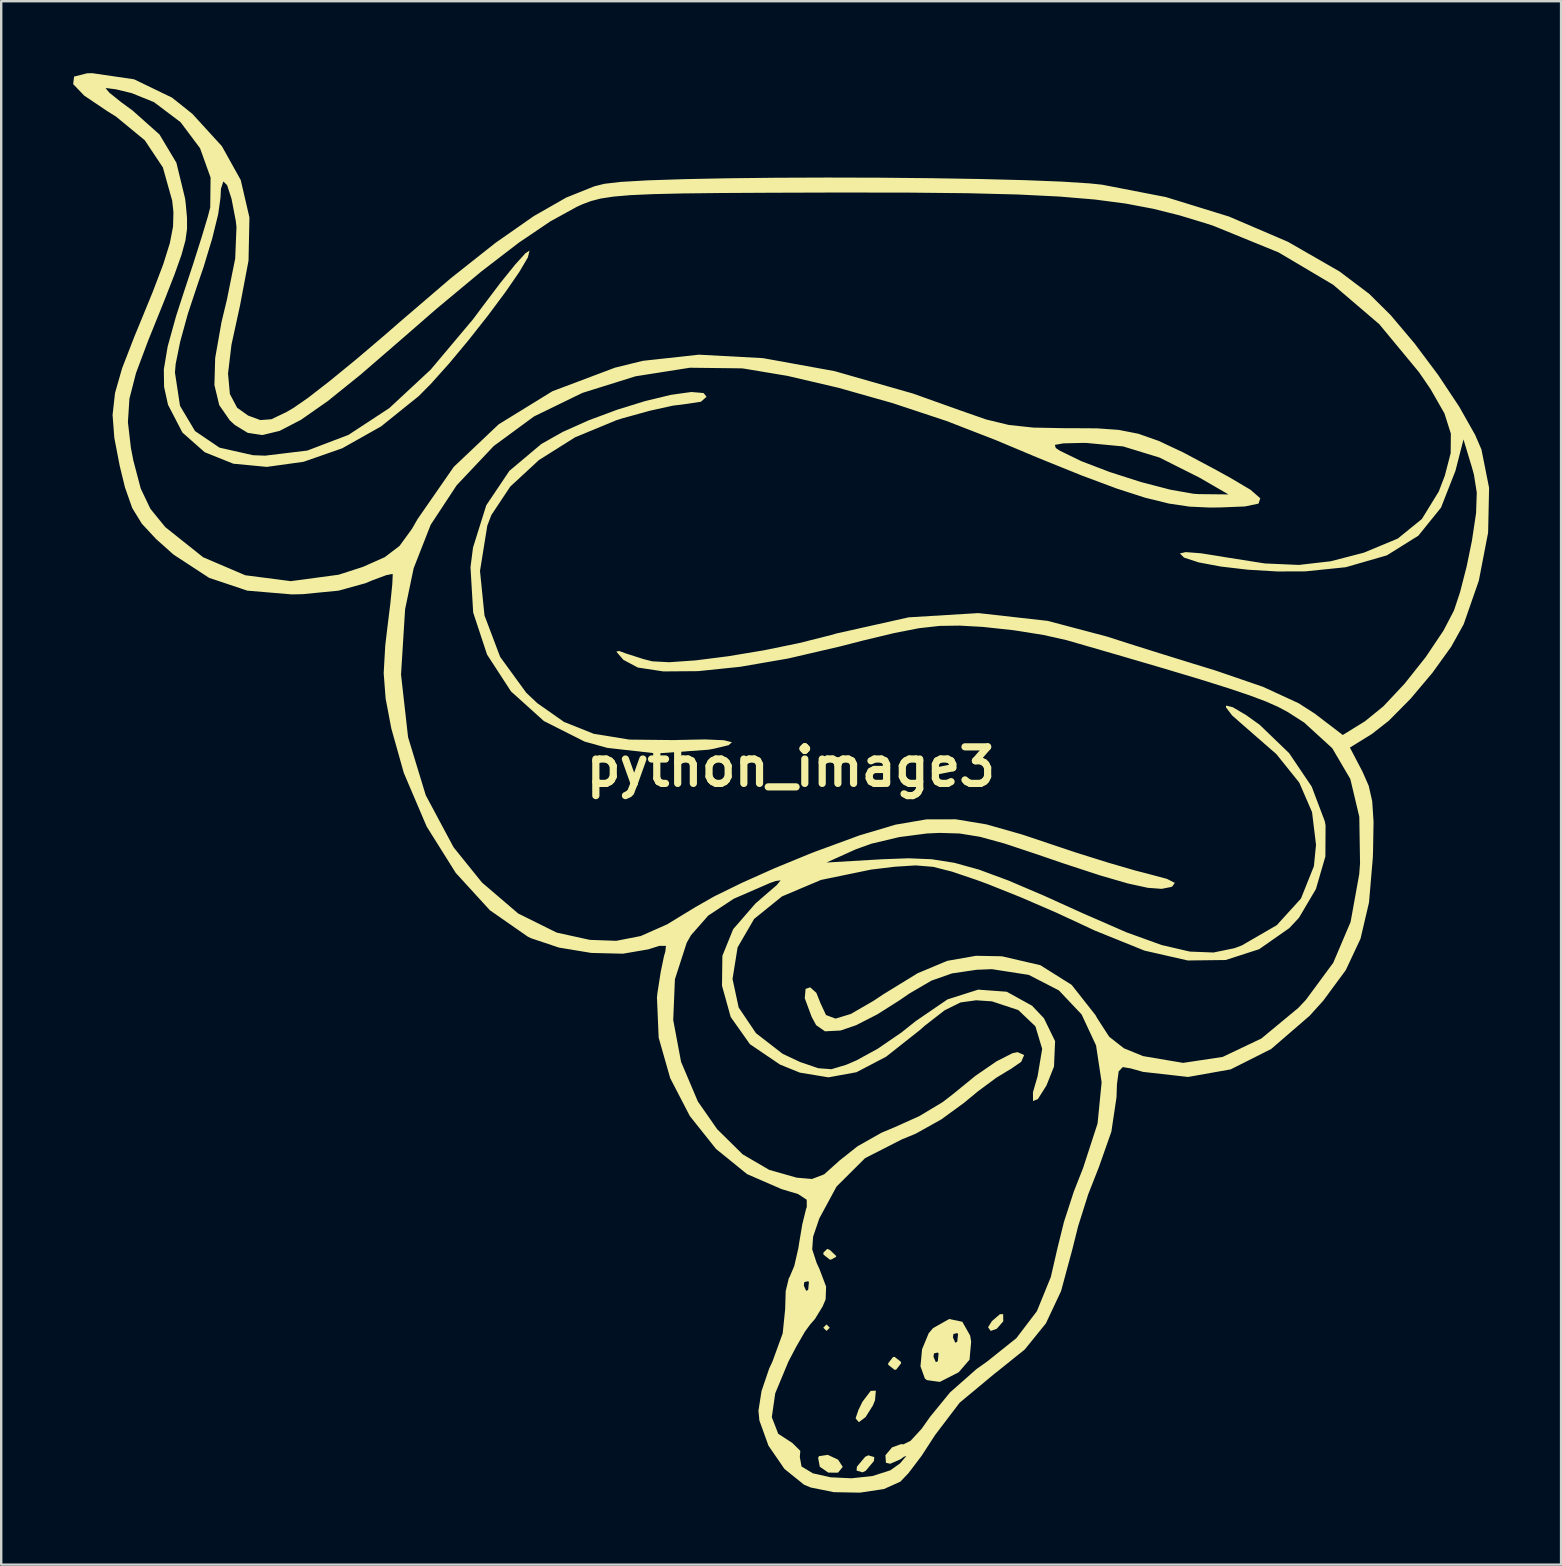
<source format=kicad_pcb>
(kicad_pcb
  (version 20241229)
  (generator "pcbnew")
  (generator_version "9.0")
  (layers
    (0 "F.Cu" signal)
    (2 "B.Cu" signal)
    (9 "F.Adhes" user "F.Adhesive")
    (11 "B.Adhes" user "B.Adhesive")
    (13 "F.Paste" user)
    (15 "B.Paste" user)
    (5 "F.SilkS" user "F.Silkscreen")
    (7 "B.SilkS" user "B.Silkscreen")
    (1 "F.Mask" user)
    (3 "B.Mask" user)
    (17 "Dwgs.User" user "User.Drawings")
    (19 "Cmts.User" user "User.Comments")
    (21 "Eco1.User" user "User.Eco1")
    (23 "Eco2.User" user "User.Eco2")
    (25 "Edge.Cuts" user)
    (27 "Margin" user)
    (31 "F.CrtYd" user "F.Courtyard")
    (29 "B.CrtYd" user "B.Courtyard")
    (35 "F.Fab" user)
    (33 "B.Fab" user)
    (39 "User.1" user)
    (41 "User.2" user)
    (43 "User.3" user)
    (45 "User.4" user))
  (footprint "python_image3"
    (layer "F.Cu")
    (at 29.911 28.911)
    (property "Reference" "python_image3" (at 0 0 0) (layer "F.SilkS") (effects (font (size 1.524 1.524) (thickness 0.3))))
    (attr board_only exclude_from_pos_files exclude_from_bom)
    (fp_poly (pts (xy 1.621 23.373) (xy 1.486 23.509) (xy 1.351 23.373) (xy 1.486 23.238)) (stroke (width 0) (type solid)) (fill yes) (layer "F.SilkS"))
    (fp_poly (pts (xy 8.853 23.108) (xy 8.581 23.42) (xy 8.328 23.509) (xy 8.219 23.354) (xy 8.382 23.097) (xy 8.712 22.813) (xy 8.847 22.808)) (stroke (width 0) (type solid)) (fill yes) (layer "F.SilkS"))
    (fp_poly (pts (xy 1.621 20.131) (xy 1.879 20.374) (xy 1.891 20.417) (xy 1.682 20.533) (xy 1.621 20.536) (xy 1.361 20.328) (xy 1.351 20.25) (xy 1.517 20.089)) (stroke (width 0) (type solid)) (fill yes) (layer "F.SilkS"))
    (fp_poly (pts (xy 3.477 28.767) (xy 3.462 28.93) (xy 3.12 29.339) (xy 2.989 29.403) (xy 2.738 29.329) (xy 2.753 29.166) (xy 3.095 28.757) (xy 3.226 28.693)) (stroke (width 0) (type solid)) (fill yes) (layer "F.SilkS"))
    (fp_poly (pts (xy 4.586 24.795) (xy 4.594 24.86) (xy 4.388 25.122) (xy 4.323 25.13) (xy 4.061 24.924) (xy 4.053 24.86) (xy 4.259 24.597) (xy 4.323 24.589)) (stroke (width 0) (type solid)) (fill yes) (layer "F.SilkS"))
    (fp_poly (pts (xy 1.968 28.874) (xy 2.162 29.174) (xy 1.966 29.416) (xy 1.559 29.414) (xy 1.208 29.171) (xy 1.205 29.165) (xy 1.136 28.797) (xy 1.177 28.726) (xy 1.538 28.673)) (stroke (width 0) (type solid)) (fill yes) (layer "F.SilkS"))
    (fp_poly (pts (xy 3.507 26.4) (xy 3.42 26.614) (xy 3.115 27.099) (xy 2.835 27.312) (xy 2.703 27.16) (xy 2.702 27.139) (xy 2.816 26.804) (xy 2.982 26.463) (xy 3.328 26.007) (xy 3.542 25.999)) (stroke (width 0) (type solid)) (fill yes) (layer "F.SilkS"))
    (fp_poly (pts (xy 7.146 23.127) (xy 7.473 23.705) (xy 7.514 23.958) (xy 7.447 24.707) (xy 7 25.225) (xy 6.981 25.239) (xy 6.208 25.633) (xy 5.667 25.559) (xy 5.584 25.49) (xy 5.402 24.983) (xy 5.439 24.589) (xy 5.945 24.589) (xy 6.044 24.812) (xy 6.125 24.77) (xy 6.157 24.449) (xy 6.125 24.409) (xy 5.964 24.446) (xy 5.945 24.589) (xy 5.439 24.589) (xy 5.468 24.272) (xy 5.673 23.779) (xy 6.755 23.779) (xy 6.854 24.001) (xy 6.935 23.959) (xy 6.968 23.638) (xy 6.935 23.599) (xy 6.775 23.636) (xy 6.755 23.779) (xy 5.673 23.779) (xy 5.743 23.608) (xy 5.925 23.392) (xy 6.598 23.012)) (stroke (width 0) (type solid)) (fill yes) (layer "F.SilkS"))
    (fp_poly (pts (xy -3.637 -15.579) (xy -3.513 -15.426) (xy -3.747 -15.218) (xy -4.309 -15.132) (xy -4.94 -15.051) (xy -5.899 -14.837) (xy -7.004 -14.531) (xy -7.268 -14.449) (xy -8.992 -13.736) (xy -10.5 -12.787) (xy -11.695 -11.681) (xy -12.483 -10.495) (xy -12.652 -10.051) (xy -12.956 -8.164) (xy -12.768 -6.308) (xy -12.115 -4.582) (xy -11.027 -3.088) (xy -10.564 -2.651) (xy -9.451 -1.871) (xy -8.212 -1.377) (xy -6.722 -1.136) (xy -4.855 -1.116) (xy -4.752 -1.12) (xy -3.568 -1.144) (xy -2.793 -1.11) (xy -2.458 -1.027) (xy -2.593 -0.904) (xy -3.23 -0.751) (xy -3.445 -0.714) (xy -5.596 -0.559) (xy -7.653 -0.792) (xy -8.597 -1.054) (xy -10.293 -1.909) (xy -11.664 -3.145) (xy -12.662 -4.68) (xy -13.24 -6.432) (xy -13.352 -8.32) (xy -13.247 -9.139) (xy -12.695 -10.902) (xy -11.73 -12.338) (xy -10.4 -13.457) (xy -9.509 -13.96) (xy -8.421 -14.446) (xy -7.24 -14.885) (xy -6.068 -15.247) (xy -5.008 -15.503) (xy -4.164 -15.623)) (stroke (width 0) (type solid)) (fill yes) (layer "F.SilkS"))
    (fp_poly (pts (xy -27.373 -28.656) (xy -25.79 -27.891) (xy -24.944 -27.216) (xy -23.713 -25.868) (xy -22.928 -24.458) (xy -22.565 -22.897) (xy -22.603 -21.099) (xy -22.958 -19.227) (xy -23.314 -17.595) (xy -23.457 -16.39) (xy -23.38 -15.539) (xy -23.079 -14.969) (xy -22.62 -14.641) (xy -22.11 -14.453) (xy -21.65 -14.488) (xy -21.032 -14.783) (xy -20.729 -14.96) (xy -20.127 -15.377) (xy -19.227 -16.075) (xy -18.13 -16.972) (xy -16.937 -17.986) (xy -16.348 -18.5) (xy -14.176 -20.362) (xy -12.313 -21.837) (xy -10.721 -22.95) (xy -9.362 -23.727) (xy -8.197 -24.194) (xy -7.777 -24.3) (xy -7.095 -24.38) (xy -5.955 -24.445) (xy -4.44 -24.495) (xy -2.632 -24.531) (xy -0.614 -24.553) (xy 1.532 -24.561) (xy 3.722 -24.555) (xy 5.875 -24.534) (xy 7.908 -24.5) (xy 9.738 -24.453) (xy 11.283 -24.392) (xy 12.46 -24.317) (xy 12.97 -24.264) (xy 15.633 -23.747) (xy 18.26 -22.936) (xy 20.716 -21.884) (xy 22.867 -20.647) (xy 24.107 -19.712) (xy 25.001 -18.824) (xy 25.993 -17.649) (xy 26.98 -16.33) (xy 27.856 -15.011) (xy 28.519 -13.836) (xy 28.783 -13.225) (xy 29.101 -11.628) (xy 29.06 -9.764) (xy 28.673 -7.759) (xy 28.042 -5.945) (xy 27.524 -5.011) (xy 26.74 -3.922) (xy 25.827 -2.838) (xy 24.919 -1.921) (xy 24.221 -1.374) (xy 23.3 -0.804) (xy 23.828 0.206) (xy 24.084 0.791) (xy 24.23 1.435) (xy 24.285 2.287) (xy 24.265 3.498) (xy 24.255 3.783) (xy 24.096 5.653) (xy 23.742 7.162) (xy 23.127 8.473) (xy 22.186 9.749) (xy 21.619 10.376) (xy 20.019 11.758) (xy 18.333 12.607) (xy 16.556 12.924) (xy 14.681 12.713) (xy 14.165 12.568) (xy 13.834 12.512) (xy 13.662 12.693) (xy 13.591 13.227) (xy 13.572 13.772) (xy 13.358 15.205) (xy 12.833 16.696) (xy 12.39 17.823) (xy 11.971 19.151) (xy 11.731 20.112) (xy 11.261 21.85) (xy 10.63 23.193) (xy 9.748 24.283) (xy 8.53 25.26) (xy 8.51 25.273) (xy 7.034 26.501) (xy 6.012 27.846) (xy 5.452 28.71) (xy 4.901 29.437) (xy 4.564 29.791) (xy 3.873 30.1) (xy 2.877 30.249) (xy 1.791 30.229) (xy 0.828 30.034) (xy 0.549 29.918) (xy -0.266 29.261) (xy -0.933 28.292) (xy -1.312 27.24) (xy -1.351 26.835) (xy -1.223 26.018) (xy -0.904 25.076) (xy -0.766 24.781) (xy -0.34 23.609) (xy -0.238 22.605) (xy -0.215 21.851) (xy -0.159 21.617) (xy 0.54 21.617) (xy 0.639 21.839) (xy 0.721 21.797) (xy 0.753 21.476) (xy 0.721 21.437) (xy 0.56 21.474) (xy 0.54 21.617) (xy -0.159 21.617) (xy -0.086 21.314) (xy -0.049 21.254) (xy 0.143 20.799) (xy 0.312 20.061) (xy 0.342 19.861) (xy 0.479 19.053) (xy 0.633 18.428) (xy 0.664 18.343) (xy 0.661 18.041) (xy 0.3 17.804) (xy -0.395 17.595) (xy -1.825 16.973) (xy -3.119 15.924) (xy -4.21 14.554) (xy -5.029 12.973) (xy -5.509 11.288) (xy -5.581 9.607) (xy -5.557 9.397) (xy -5.424 8.545) (xy -5.286 7.881) (xy -5.232 7.702) (xy -5.206 7.46) (xy -5.482 7.46) (xy -5.943 7.606) (xy -6.999 7.787) (xy -8.316 7.755) (xy -9.669 7.531) (xy -10.833 7.141) (xy -10.963 7.077) (xy -12.544 5.976) (xy -13.966 4.42) (xy -15.178 2.488) (xy -16.131 0.254) (xy -16.652 -1.6) (xy -16.889 -2.846) (xy -16.97 -3.905) (xy -16.905 -5.058) (xy -16.817 -5.8) (xy -16.692 -6.814) (xy -16.613 -7.594) (xy -16.593 -8.009) (xy -16.6 -8.042) (xy -16.865 -7.989) (xy -17.449 -7.772) (xy -17.725 -7.655) (xy -18.851 -7.344) (xy -20.356 -7.197) (xy -20.806 -7.188) (xy -22.656 -7.345) (xy -24.246 -7.878) (xy -25.728 -8.847) (xy -26.451 -9.491) (xy -27.048 -10.132) (xy -27.45 -10.787) (xy -27.752 -11.646) (xy -27.971 -12.542) (xy -28.196 -13.708) (xy -28.269 -14.665) (xy -28.168 -15.58) (xy -27.871 -16.616) (xy -27.358 -17.94) (xy -27.239 -18.226) (xy -26.599 -19.786) (xy -26.155 -20.954) (xy -25.881 -21.832) (xy -25.749 -22.519) (xy -25.733 -23.116) (xy -25.784 -23.596) (xy -26.173 -24.983) (xy -26.927 -26.115) (xy -28.124 -27.1) (xy -28.487 -27.327) (xy -29.447 -27.972) (xy -29.742 -28.279) (xy -28.556 -28.279) (xy -28.4 -28.095) (xy -27.915 -27.705) (xy -27.438 -27.357) (xy -26.314 -26.356) (xy -25.609 -25.178) (xy -25.246 -23.683) (xy -25.214 -23.411) (xy -25.167 -22.881) (xy -25.165 -22.423) (xy -25.232 -21.941) (xy -25.396 -21.343) (xy -25.683 -20.534) (xy -26.118 -19.42) (xy -26.729 -17.906) (xy -26.786 -17.766) (xy -27.293 -16.412) (xy -27.567 -15.343) (xy -27.63 -14.368) (xy -27.506 -13.298) (xy -27.404 -12.771) (xy -27.096 -11.601) (xy -26.692 -10.753) (xy -26.084 -10.007) (xy -26.063 -9.985) (xy -24.496 -8.737) (xy -22.74 -7.986) (xy -20.842 -7.74) (xy -18.847 -8.008) (xy -17.834 -8.335) (xy -16.921 -8.742) (xy -16.309 -9.209) (xy -15.792 -9.919) (xy -15.555 -10.331) (xy -14.05 -12.502) (xy -12.177 -14.277) (xy -9.938 -15.655) (xy -7.332 -16.637) (xy -6.174 -16.922) (xy -3.835 -17.179) (xy -1.162 -17.035) (xy 1.819 -16.494) (xy 5.086 -15.56) (xy 7.026 -14.868) (xy 8.134 -14.48) (xy 9.088 -14.249) (xy 10.109 -14.14) (xy 11.42 -14.115) (xy 11.619 -14.116) (xy 12.755 -14.109) (xy 13.667 -14.044) (xy 14.484 -13.883) (xy 15.331 -13.585) (xy 16.338 -13.112) (xy 17.631 -12.424) (xy 18.298 -12.057) (xy 19.16 -11.547) (xy 19.564 -11.194) (xy 19.492 -10.972) (xy 18.925 -10.853) (xy 17.843 -10.81) (xy 17.426 -10.809) (xy 16.612 -10.846) (xy 15.75 -10.975) (xy 14.763 -11.218) (xy 13.577 -11.601) (xy 12.114 -12.147) (xy 10.3 -12.88) (xy 9.014 -13.42) (xy 11.004 -13.42) (xy 11.04 -13.29) (xy 11.214 -13.175) (xy 12.108 -12.74) (xy 13.294 -12.287) (xy 14.591 -11.871) (xy 15.818 -11.551) (xy 16.793 -11.381) (xy 17.023 -11.367) (xy 18.239 -11.355) (xy 17.023 -12.058) (xy 15.362 -12.892) (xy 13.849 -13.355) (xy 12.3 -13.502) (xy 12.193 -13.502) (xy 11.364 -13.483) (xy 11.004 -13.42) (xy 9.014 -13.42) (xy 8.522 -13.626) (xy 6.485 -14.416) (xy 4.251 -15.156) (xy 1.986 -15.798) (xy -0.14 -16.295) (xy -1.96 -16.599) (xy -2.045 -16.609) (xy -4.208 -16.635) (xy -6.474 -16.278) (xy -8.691 -15.585) (xy -10.707 -14.603) (xy -12.372 -13.38) (xy -12.393 -13.361) (xy -13.927 -11.737) (xy -15.011 -10.09) (xy -15.721 -8.277) (xy -16.077 -6.572) (xy -16.247 -3.848) (xy -15.954 -1.24) (xy -15.217 1.182) (xy -14.056 3.353) (xy -12.874 4.819) (xy -11.365 6.111) (xy -9.76 6.907) (xy -8.382 7.21) (xy -7.279 7.25) (xy -6.259 7.051) (xy -5.16 6.565) (xy -3.984 5.848) (xy -3.192 5.397) (xy -2.036 4.831) (xy -0.664 4.218) (xy 0.78 3.625) (xy 1.005 3.537) (xy 2.857 2.857) (xy 4.361 2.409) (xy 5.654 2.187) (xy 6.873 2.185) (xy 8.155 2.398) (xy 9.637 2.819) (xy 10.57 3.132) (xy 11.903 3.578) (xy 13.225 3.992) (xy 14.346 4.318) (xy 14.862 4.451) (xy 15.674 4.668) (xy 16.002 4.835) (xy 15.898 4.983) (xy 15.848 5.006) (xy 15.455 5.084) (xy 14.877 5.041) (xy 14.042 4.859) (xy 12.883 4.522) (xy 11.329 4.013) (xy 10.268 3.649) (xy 8.903 3.195) (xy 7.878 2.914) (xy 7.03 2.777) (xy 6.2 2.752) (xy 5.674 2.776) (xy 4.512 2.928) (xy 3.358 3.202) (xy 2.702 3.438) (xy 1.486 3.987) (xy 3.809 3.85) (xy 4.903 3.81) (xy 5.871 3.85) (xy 6.817 3.999) (xy 7.844 4.284) (xy 9.058 4.733) (xy 10.56 5.374) (xy 12.16 6.099) (xy 13.99 6.897) (xy 15.451 7.425) (xy 16.63 7.699) (xy 17.613 7.737) (xy 18.488 7.557) (xy 18.796 7.441) (xy 20.251 6.599) (xy 21.26 5.488) (xy 21.799 4.141) (xy 21.887 3.247) (xy 21.722 1.887) (xy 21.19 0.658) (xy 20.237 -0.529) (xy 18.923 -1.675) (xy 18.39 -2.144) (xy 18.134 -2.481) (xy 18.138 -2.555) (xy 18.415 -2.487) (xy 18.977 -2.156) (xy 19.541 -1.752) (xy 20.766 -0.572) (xy 21.707 0.822) (xy 22.251 2.261) (xy 22.285 2.432) (xy 22.278 3.733) (xy 21.883 5.092) (xy 21.176 6.29) (xy 20.773 6.721) (xy 19.516 7.6) (xy 18.121 8.05) (xy 16.542 8.069) (xy 14.734 7.657) (xy 12.65 6.815) (xy 12.419 6.705) (xy 11.053 6.071) (xy 9.579 5.434) (xy 8.238 4.897) (xy 7.767 4.723) (xy 6.715 4.366) (xy 5.931 4.167) (xy 5.203 4.107) (xy 4.323 4.163) (xy 3.341 4.282) (xy 1.257 4.712) (xy -0.369 5.399) (xy -1.531 6.338) (xy -2.22 7.523) (xy -2.431 8.84) (xy -2.175 10.029) (xy -1.453 11.1) (xy -0.341 11.96) (xy 0.389 12.303) (xy 1.144 12.56) (xy 1.69 12.601) (xy 2.304 12.417) (xy 2.74 12.23) (xy 3.616 11.75) (xy 4.607 11.072) (xy 5.205 10.595) (xy 6.527 9.692) (xy 7.808 9.284) (xy 8.999 9.372) (xy 10.054 9.957) (xy 10.547 10.476) (xy 11.013 11.432) (xy 10.967 12.492) (xy 10.653 13.279) (xy 10.294 13.847) (xy 10.093 13.927) (xy 10.09 13.561) (xy 10.283 12.896) (xy 10.474 11.753) (xy 10.192 10.814) (xy 9.479 10.136) (xy 8.381 9.773) (xy 7.724 9.728) (xy 7.073 9.818) (xy 6.411 10.144) (xy 5.585 10.785) (xy 5.367 10.977) (xy 3.97 12.08) (xy 2.733 12.727) (xy 1.565 12.94) (xy 0.373 12.743) (xy -0.453 12.407) (xy -1.706 11.558) (xy -2.507 10.426) (xy -2.87 9.121) (xy -2.854 7.874) (xy -2.405 6.766) (xy -1.48 5.699) (xy -1.154 5.415) (xy -0.591 4.931) (xy -0.426 4.729) (xy -0.634 4.757) (xy -0.869 4.84) (xy -2.38 5.497) (xy -3.445 6.2) (xy -4.16 7.014) (xy -4.341 7.331) (xy -4.832 8.851) (xy -4.903 10.55) (xy -4.576 12.293) (xy -3.875 13.947) (xy -3.071 15.101) (xy -2.008 16.15) (xy -0.9 16.797) (xy 0.242 17.121) (xy 0.881 17.176) (xy 1.386 16.983) (xy 1.98 16.453) (xy 2.016 16.417) (xy 2.783 15.81) (xy 3.781 15.246) (xy 4.322 15.02) (xy 5.352 14.557) (xy 6.339 13.963) (xy 6.736 13.656) (xy 7.702 12.87) (xy 8.574 12.271) (xy 9.234 11.935) (xy 9.448 11.889) (xy 9.723 12.012) (xy 9.599 12.295) (xy 9.137 12.612) (xy 9.101 12.629) (xy 8.557 12.96) (xy 7.805 13.517) (xy 7.224 13.997) (xy 6.273 14.691) (xy 5.206 15.287) (xy 4.624 15.527) (xy 3.094 16.307) (xy 1.904 17.492) (xy 1.186 18.82) (xy 0.928 19.58) (xy 0.89 20.109) (xy 1.072 20.669) (xy 1.193 20.931) (xy 1.469 21.661) (xy 1.449 22.197) (xy 1.322 22.492) (xy 1.006 23.009) (xy 0.806 23.238) (xy 0.587 23.537) (xy 0.223 24.168) (xy -0.1 24.783) (xy -0.651 26.108) (xy -0.794 27.103) (xy -0.526 27.796) (xy 0.063 28.179) (xy 0.394 28.508) (xy 0.373 28.766) (xy 0.445 29.159) (xy 0.917 29.443) (xy 1.655 29.609) (xy 2.527 29.65) (xy 3.401 29.556) (xy 4.145 29.318) (xy 4.546 29.033) (xy 4.817 28.717) (xy 4.713 28.753) (xy 4.569 28.858) (xy 4.142 29.045) (xy 3.963 29.003) (xy 3.941 28.69) (xy 4.218 28.362) (xy 4.603 28.224) (xy 4.681 28.239) (xy 4.988 28.089) (xy 5.448 27.59) (xy 5.81 27.079) (xy 6.635 26.07) (xy 7.738 25.097) (xy 8.171 24.79) (xy 9.396 23.813) (xy 10.255 22.684) (xy 10.834 21.264) (xy 11.113 20.052) (xy 11.381 18.968) (xy 11.792 17.703) (xy 12.183 16.708) (xy 12.783 14.862) (xy 12.952 13.145) (xy 12.72 11.61) (xy 12.116 10.316) (xy 11.171 9.317) (xy 9.915 8.67) (xy 8.378 8.431) (xy 7.741 8.457) (xy 6.717 8.608) (xy 5.861 8.908) (xy 4.934 9.45) (xy 4.535 9.725) (xy 3.605 10.314) (xy 2.713 10.77) (xy 2.068 10.989) (xy 1.422 11.022) (xy 1.054 10.765) (xy 0.866 10.417) (xy 0.579 9.642) (xy 0.614 9.254) (xy 0.805 9.187) (xy 1.062 9.417) (xy 1.24 9.863) (xy 1.465 10.343) (xy 1.861 10.492) (xy 2.497 10.299) (xy 3.439 9.755) (xy 3.861 9.474) (xy 5.284 8.601) (xy 6.515 8.085) (xy 7.715 7.874) (xy 8.795 7.894) (xy 10.398 8.266) (xy 11.704 9.087) (xy 12.697 10.348) (xy 12.764 10.471) (xy 13.268 11.248) (xy 13.88 11.729) (xy 14.685 12.056) (xy 16.346 12.337) (xy 17.997 12.089) (xy 19.609 11.322) (xy 21.151 10.044) (xy 21.467 9.708) (xy 22.605 8.165) (xy 23.328 6.465) (xy 23.688 4.475) (xy 23.722 4.021) (xy 23.691 2.079) (xy 23.317 0.506) (xy 22.564 -0.777) (xy 21.394 -1.846) (xy 20.71 -2.285) (xy 20.307 -2.5) (xy 19.798 -2.725) (xy 19.125 -2.978) (xy 18.225 -3.281) (xy 17.04 -3.653) (xy 15.508 -4.112) (xy 13.569 -4.68) (xy 11.484 -5.283) (xy 10.527 -5.497) (xy 9.289 -5.694) (xy 8.031 -5.83) (xy 7.971 -5.835) (xy 7.033 -5.887) (xy 6.203 -5.875) (xy 5.343 -5.779) (xy 4.316 -5.579) (xy 2.983 -5.259) (xy 2.071 -5.024) (xy -0.112 -4.516) (xy -2.115 -4.17) (xy -3.872 -3.989) (xy -5.315 -3.978) (xy -6.379 -4.14) (xy -6.98 -4.461) (xy -7.274 -4.801) (xy -7.164 -4.832) (xy -6.89 -4.732) (xy -6.147 -4.493) (xy -5.779 -4.399) (xy -5.071 -4.361) (xy -3.971 -4.438) (xy -2.614 -4.61) (xy -1.13 -4.857) (xy 0.348 -5.16) (xy 1.687 -5.497) (xy 1.891 -5.557) (xy 4.909 -6.232) (xy 7.815 -6.409) (xy 10.707 -6.084) (xy 13.184 -5.428) (xy 14.099 -5.134) (xy 15.345 -4.742) (xy 16.735 -4.311) (xy 17.697 -4.016) (xy 19.682 -3.334) (xy 21.162 -2.652) (xy 21.835 -2.22) (xy 23.003 -1.328) (xy 23.933 -1.904) (xy 24.697 -2.526) (xy 25.581 -3.469) (xy 26.459 -4.575) (xy 27.203 -5.684) (xy 27.638 -6.52) (xy 27.891 -7.283) (xy 28.163 -8.343) (xy 28.383 -9.411) (xy 28.558 -10.577) (xy 28.587 -11.43) (xy 28.469 -12.18) (xy 28.381 -12.496) (xy 28.033 -13.646) (xy 27.699 -12.34) (xy 27.096 -10.804) (xy 26.153 -9.635) (xy 24.84 -8.815) (xy 23.126 -8.321) (xy 21.449 -8.148) (xy 20.273 -8.144) (xy 19.059 -8.216) (xy 17.927 -8.348) (xy 16.997 -8.522) (xy 16.388 -8.721) (xy 16.213 -8.894) (xy 16.454 -8.951) (xy 17.089 -8.902) (xy 17.983 -8.76) (xy 18.037 -8.749) (xy 19.753 -8.478) (xy 21.172 -8.416) (xy 22.499 -8.569) (xy 23.878 -8.926) (xy 25.295 -9.515) (xy 26.298 -10.329) (xy 27.003 -11.476) (xy 27.254 -12.132) (xy 27.499 -13.072) (xy 27.507 -13.888) (xy 27.241 -14.728) (xy 26.666 -15.735) (xy 26.179 -16.449) (xy 24.525 -18.448) (xy 22.601 -20.093) (xy 20.331 -21.439) (xy 17.639 -22.538) (xy 17.294 -22.653) (xy 16.196 -22.986) (xy 15.105 -23.259) (xy 13.953 -23.477) (xy 12.673 -23.645) (xy 11.198 -23.769) (xy 9.46 -23.855) (xy 7.392 -23.908) (xy 4.926 -23.933) (xy 1.995 -23.937) (xy 1.621 -23.936) (xy -0.88 -23.928) (xy -2.901 -23.917) (xy -4.502 -23.899) (xy -5.745 -23.87) (xy -6.688 -23.828) (xy -7.394 -23.767) (xy -7.921 -23.687) (xy -8.331 -23.581) (xy -8.684 -23.449) (xy -8.917 -23.343) (xy -10.022 -22.736) (xy -11.34 -21.845) (xy -12.912 -20.637) (xy -14.78 -19.082) (xy -16.213 -17.834) (xy -17.921 -16.357) (xy -19.304 -15.242) (xy -20.415 -14.466) (xy -21.306 -14.003) (xy -22.028 -13.829) (xy -22.634 -13.92) (xy -23.175 -14.25) (xy -23.386 -14.444) (xy -23.823 -15.076) (xy -24.025 -15.915) (xy -23.993 -17.04) (xy -23.73 -18.533) (xy -23.504 -19.472) (xy -23.159 -21.182) (xy -23.105 -22.493) (xy -23.135 -22.759) (xy -23.313 -23.683) (xy -23.497 -24.246) (xy -23.653 -24.399) (xy -23.752 -24.096) (xy -23.771 -23.725) (xy -23.866 -23.04) (xy -24.117 -22.018) (xy -24.479 -20.823) (xy -24.724 -20.112) (xy -25.132 -18.883) (xy -25.451 -17.722) (xy -25.639 -16.797) (xy -25.67 -16.437) (xy -25.458 -15.045) (xy -24.832 -13.995) (xy -23.812 -13.304) (xy -22.414 -12.989) (xy -21.911 -12.97) (xy -20.152 -13.183) (xy -18.437 -13.836) (xy -16.737 -14.951) (xy -15.017 -16.55) (xy -13.247 -18.654) (xy -12.829 -19.214) (xy -12.103 -20.175) (xy -11.491 -20.933) (xy -11.063 -21.405) (xy -10.891 -21.519) (xy -10.96 -21.234) (xy -11.316 -20.629) (xy -11.89 -19.796) (xy -12.614 -18.823) (xy -13.421 -17.799) (xy -14.241 -16.814) (xy -15.008 -15.958) (xy -15.506 -15.455) (xy -17.079 -14.189) (xy -18.701 -13.276) (xy -20.309 -12.715) (xy -21.842 -12.502) (xy -23.237 -12.635) (xy -24.429 -13.113) (xy -25.358 -13.933) (xy -25.959 -15.092) (xy -26.123 -15.84) (xy -26.133 -16.569) (xy -25.974 -17.516) (xy -25.623 -18.785) (xy -25.315 -19.735) (xy -24.908 -20.968) (xy -24.555 -22.082) (xy -24.299 -22.934) (xy -24.199 -23.316) (xy -24.185 -24.561) (xy -24.624 -25.785) (xy -25.437 -26.87) (xy -26.544 -27.704) (xy -27.472 -28.08) (xy -28.132 -28.239) (xy -28.522 -28.289) (xy -28.556 -28.279) (xy -29.742 -28.279) (xy -29.911 -28.455) (xy -29.874 -28.769) (xy -29.334 -28.906) (xy -29.115 -28.911)) (stroke (width 0) (type solid)) (fill yes) (layer "F.SilkS")))
  (gr_rect
    (start -3 -3)
    (end 62.012 62.16)
    (stroke (width 0.1) (type default))
    (fill no)
    (layer "Edge.Cuts")))
</source>
